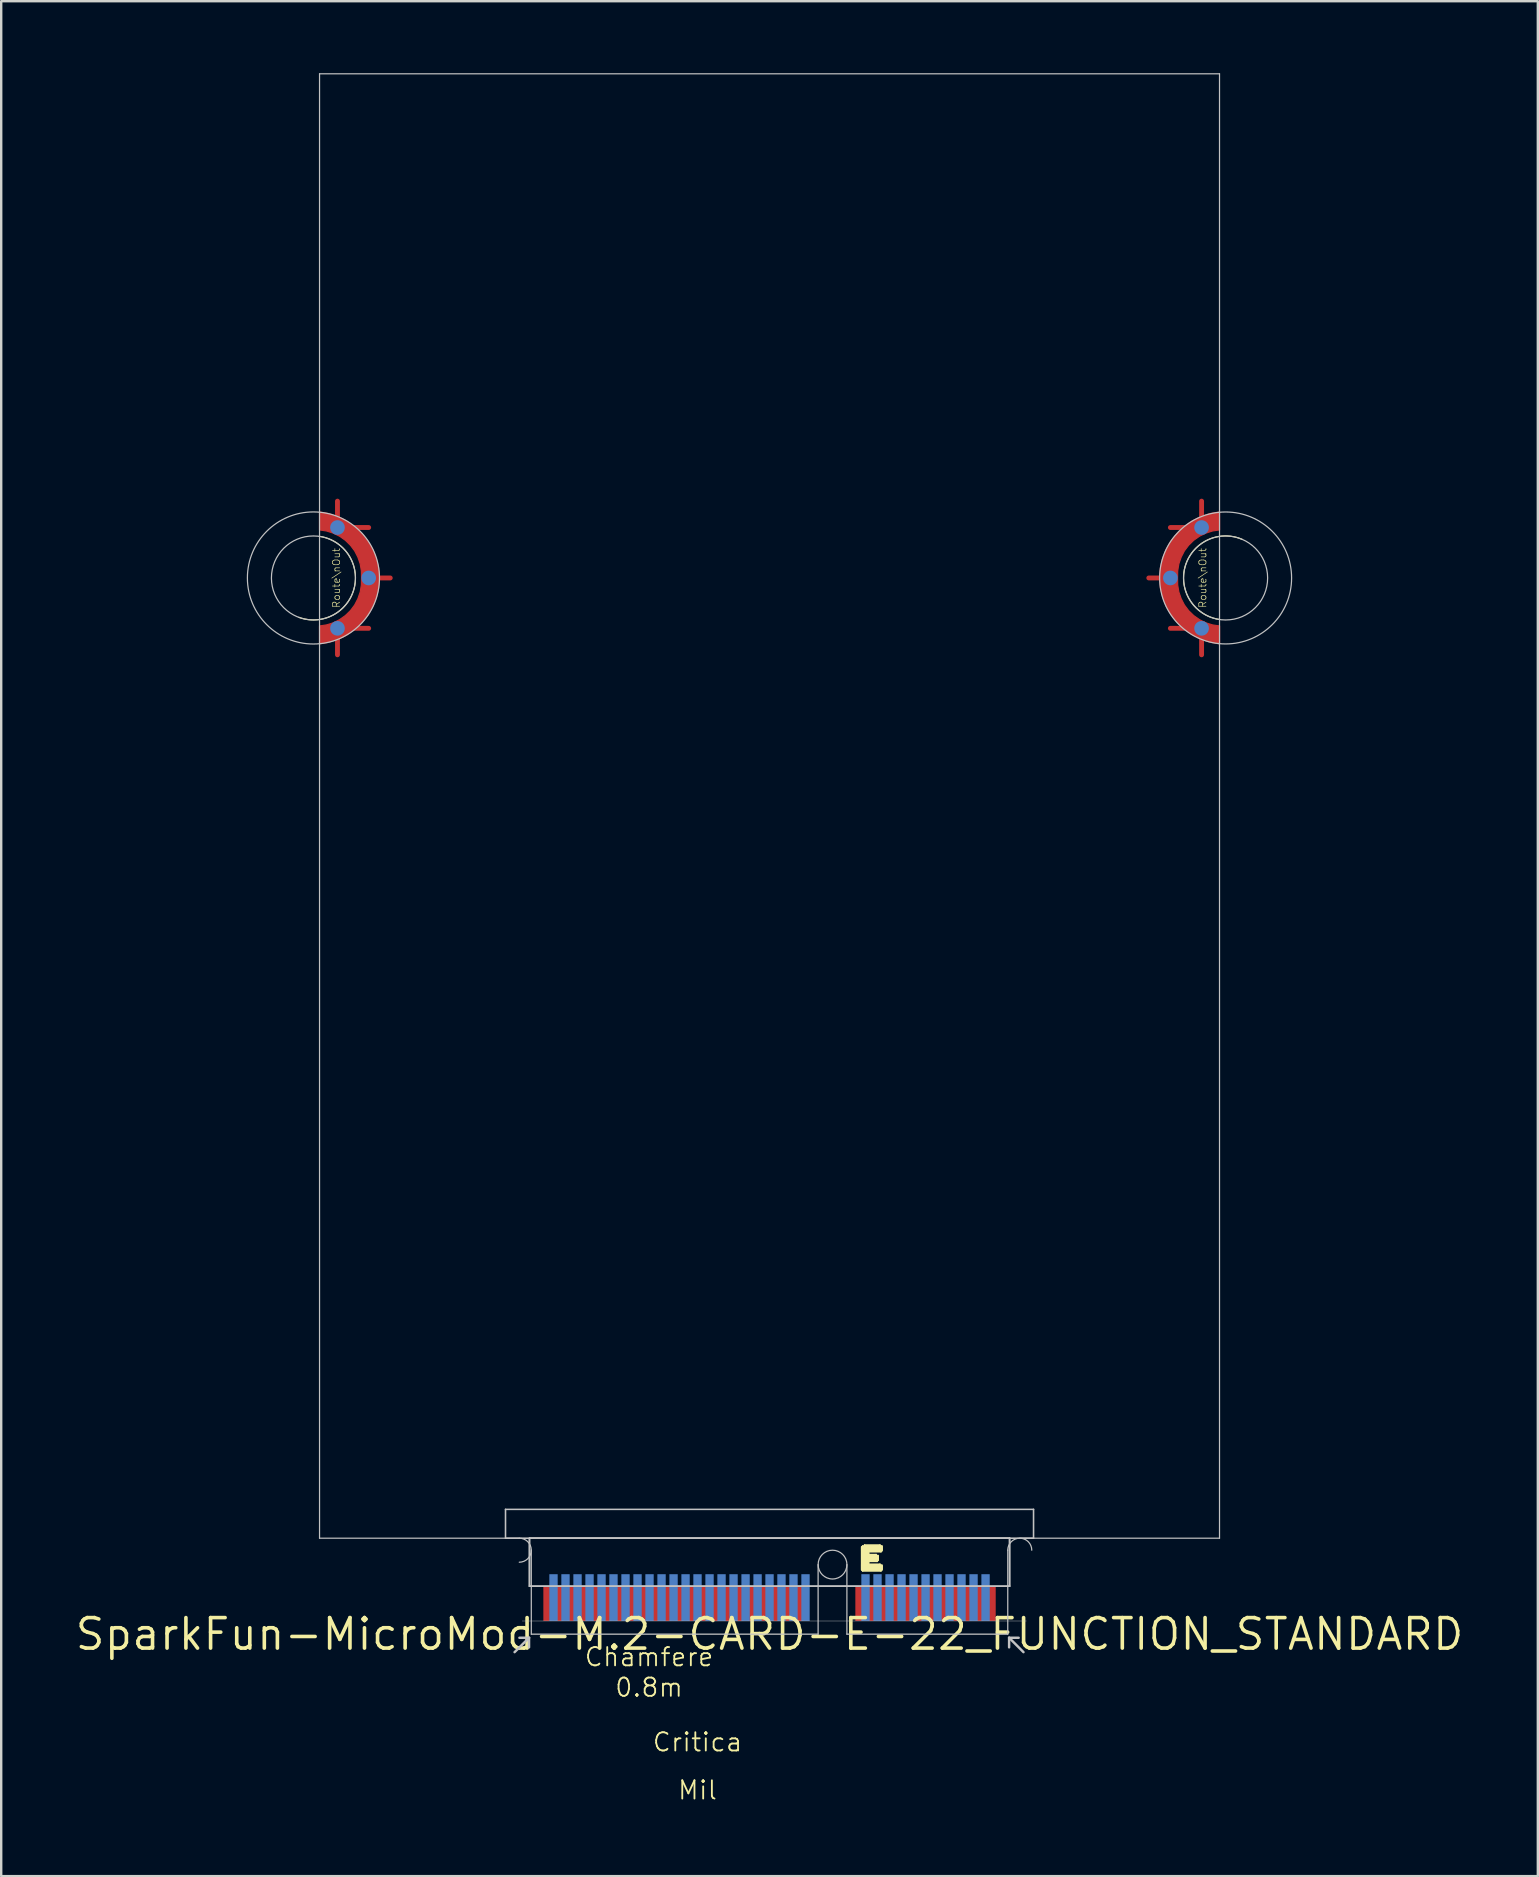
<source format=kicad_pcb>
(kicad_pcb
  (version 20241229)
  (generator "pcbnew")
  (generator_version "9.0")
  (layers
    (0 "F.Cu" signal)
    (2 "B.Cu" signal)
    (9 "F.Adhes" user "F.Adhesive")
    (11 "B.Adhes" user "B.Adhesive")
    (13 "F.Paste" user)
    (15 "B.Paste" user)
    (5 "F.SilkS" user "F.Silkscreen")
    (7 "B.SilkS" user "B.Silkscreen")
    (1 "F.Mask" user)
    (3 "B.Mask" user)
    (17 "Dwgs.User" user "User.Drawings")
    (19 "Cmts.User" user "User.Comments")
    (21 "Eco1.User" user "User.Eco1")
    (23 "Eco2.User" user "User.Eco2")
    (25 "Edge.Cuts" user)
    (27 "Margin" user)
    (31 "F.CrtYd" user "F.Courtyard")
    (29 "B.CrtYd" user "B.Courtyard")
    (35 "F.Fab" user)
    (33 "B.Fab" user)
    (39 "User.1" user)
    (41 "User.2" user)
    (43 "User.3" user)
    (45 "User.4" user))
  (footprint "SparkFun-MicroMod-M.2-CARD-E-22_FUNCTION_STANDARD"
    (layer "F.Cu")
    (at 29.006 65.024)
    (property "Reference" "SparkFun-MicroMod-M.2-CARD-E-22_FUNCTION_STANDARD" (at 0 0 0) (layer "F.SilkS") (effects (font (size 1.27 1.27) (thickness 0.15))))
    (attr smd)
    (fp_line (start -17.998 -46.099) (end -17.998 -47.198) (stroke (width 0.203) (type solid)) (layer "F.Cu"))
    (fp_line (start -17.998 -46.099) (end -16.698 -46.099) (stroke (width 0.203) (type solid)) (layer "F.Cu"))
    (fp_line (start -17.998 -41.9) (end -17.998 -40.797) (stroke (width 0.203) (type solid)) (layer "F.Cu"))
    (fp_line (start -17.998 -41.9) (end -16.698 -41.9) (stroke (width 0.203) (type solid)) (layer "F.Cu"))
    (fp_line (start -16.698 -43.998) (end -15.799 -43.998) (stroke (width 0.203) (type solid)) (layer "F.Cu"))
    (fp_line (start 16.698 -43.998) (end 15.799 -43.998) (stroke (width 0.203) (type solid)) (layer "F.Cu"))
    (fp_line (start 17.998 -46.099) (end 16.698 -46.099) (stroke (width 0.203) (type solid)) (layer "F.Cu"))
    (fp_line (start 17.998 -46.099) (end 17.998 -47.198) (stroke (width 0.203) (type solid)) (layer "F.Cu"))
    (fp_line (start 17.998 -41.9) (end 16.698 -41.9) (stroke (width 0.203) (type solid)) (layer "F.Cu"))
    (fp_line (start 17.998 -41.9) (end 17.998 -40.797) (stroke (width 0.203) (type solid)) (layer "F.Cu"))
    (fp_poly (pts (xy -18.748 -41.25) (xy -18.748 -41.999) (xy -18.458 -42.042) (xy -18.176 -42.128) (xy -17.912 -42.261) (xy -17.671 -42.431) (xy -17.46 -42.636) (xy -17.282 -42.873) (xy -17.148 -43.134) (xy -17.051 -43.414) (xy -17.003 -43.703) (xy -16.998 -43.998) (xy -17.003 -44.292) (xy -17.051 -44.585) (xy -17.148 -44.864) (xy -17.282 -45.126) (xy -17.46 -45.362) (xy -17.671 -45.568) (xy -17.912 -45.738) (xy -18.176 -45.867) (xy -18.458 -45.956) (xy -18.748 -45.999) (xy -18.748 -46.749) (xy -18.349 -46.678) (xy -17.963 -46.548) (xy -17.602 -46.363) (xy -17.27 -46.129) (xy -16.975 -45.849) (xy -16.723 -45.529) (xy -16.523 -45.176) (xy -16.375 -44.798) (xy -16.281 -44.404) (xy -16.248 -43.998) (xy -16.279 -43.594) (xy -16.37 -43.195) (xy -16.518 -42.817) (xy -16.718 -42.464) (xy -16.97 -42.141) (xy -17.264 -41.862) (xy -17.597 -41.628) (xy -17.96 -41.445) (xy -18.346 -41.318) (xy -18.748 -41.25)) (stroke (width 0.048) (type solid)) (fill yes) (layer "F.Cu"))
    (fp_poly (pts (xy 18.748 -46.749) (xy 18.748 -45.999) (xy 18.458 -45.956) (xy 18.176 -45.867) (xy 17.912 -45.738) (xy 17.671 -45.568) (xy 17.46 -45.362) (xy 17.282 -45.126) (xy 17.148 -44.864) (xy 17.051 -44.585) (xy 17.003 -44.292) (xy 16.998 -43.998) (xy 17.003 -43.703) (xy 17.051 -43.414) (xy 17.148 -43.134) (xy 17.282 -42.873) (xy 17.46 -42.636) (xy 17.671 -42.431) (xy 17.912 -42.261) (xy 18.176 -42.128) (xy 18.458 -42.042) (xy 18.748 -41.999) (xy 18.748 -41.25) (xy 18.349 -41.321) (xy 17.963 -41.45) (xy 17.602 -41.633) (xy 17.27 -41.867) (xy 16.975 -42.149) (xy 16.723 -42.466) (xy 16.523 -42.819) (xy 16.375 -43.198) (xy 16.281 -43.594) (xy 16.248 -43.998) (xy 16.279 -44.404) (xy 16.37 -44.8) (xy 16.518 -45.181) (xy 16.718 -45.535) (xy 16.97 -45.855) (xy 17.264 -46.137) (xy 17.597 -46.37) (xy 17.96 -46.553) (xy 18.346 -46.68) (xy 18.748 -46.749)) (stroke (width 0.048) (type solid)) (fill yes) (layer "F.Cu"))
    (fp_poly (pts (xy -18.999 -41.25) (xy -18.999 -42.248) (xy -18.725 -42.271) (xy -18.458 -42.334) (xy -18.204 -42.438) (xy -17.971 -42.583) (xy -17.762 -42.761) (xy -17.582 -42.969) (xy -17.44 -43.205) (xy -17.335 -43.457) (xy -17.27 -43.726) (xy -17.249 -43.998) (xy -17.27 -44.272) (xy -17.335 -44.539) (xy -17.44 -44.793) (xy -17.582 -45.027) (xy -17.762 -45.237) (xy -17.971 -45.415) (xy -18.204 -45.557) (xy -18.458 -45.664) (xy -18.725 -45.728) (xy -18.999 -45.748) (xy -18.999 -46.749) (xy -18.608 -46.721) (xy -18.224 -46.637) (xy -17.856 -46.5) (xy -17.511 -46.312) (xy -17.198 -46.078) (xy -16.922 -45.799) (xy -16.685 -45.486) (xy -16.497 -45.141) (xy -16.36 -44.773) (xy -16.276 -44.389) (xy -16.248 -43.998) (xy -16.276 -43.607) (xy -16.36 -43.223) (xy -16.497 -42.857) (xy -16.685 -42.512) (xy -16.922 -42.197) (xy -17.198 -41.92) (xy -17.511 -41.687) (xy -17.856 -41.496) (xy -18.224 -41.361) (xy -18.608 -41.278) (xy -18.999 -41.25)) (stroke (width 0.048) (type solid)) (fill yes) (layer "F.Mask"))
    (fp_poly (pts (xy 18.999 -46.749) (xy 18.999 -45.748) (xy 18.725 -45.728) (xy 18.458 -45.664) (xy 18.204 -45.557) (xy 17.971 -45.415) (xy 17.762 -45.237) (xy 17.582 -45.027) (xy 17.44 -44.793) (xy 17.335 -44.539) (xy 17.27 -44.272) (xy 17.249 -43.998) (xy 17.27 -43.726) (xy 17.335 -43.457) (xy 17.44 -43.205) (xy 17.582 -42.969) (xy 17.762 -42.761) (xy 17.971 -42.583) (xy 18.204 -42.438) (xy 18.458 -42.334) (xy 18.725 -42.271) (xy 18.999 -42.248) (xy 18.999 -41.25) (xy 18.608 -41.278) (xy 18.224 -41.361) (xy 17.856 -41.496) (xy 17.511 -41.687) (xy 17.198 -41.92) (xy 16.922 -42.197) (xy 16.685 -42.512) (xy 16.497 -42.857) (xy 16.36 -43.223) (xy 16.276 -43.607) (xy 16.248 -43.998) (xy 16.276 -44.389) (xy 16.36 -44.773) (xy 16.497 -45.141) (xy 16.685 -45.486) (xy 16.922 -45.799) (xy 17.198 -46.078) (xy 17.511 -46.312) (xy 17.856 -46.5) (xy 18.224 -46.637) (xy 18.608 -46.721) (xy 18.999 -46.749)) (stroke (width 0.048) (type solid)) (fill yes) (layer "F.Mask"))
    (fp_poly (pts (xy -18.999 -41.25) (xy -18.999 -42.248) (xy -18.725 -42.271) (xy -18.458 -42.334) (xy -18.204 -42.438) (xy -17.971 -42.583) (xy -17.762 -42.761) (xy -17.582 -42.969) (xy -17.44 -43.205) (xy -17.335 -43.457) (xy -17.27 -43.726) (xy -17.249 -43.998) (xy -17.27 -44.272) (xy -17.335 -44.539) (xy -17.44 -44.793) (xy -17.582 -45.027) (xy -17.762 -45.237) (xy -17.971 -45.415) (xy -18.204 -45.557) (xy -18.458 -45.664) (xy -18.725 -45.728) (xy -18.999 -45.748) (xy -18.999 -46.749) (xy -18.608 -46.721) (xy -18.224 -46.637) (xy -17.856 -46.5) (xy -17.511 -46.312) (xy -17.198 -46.078) (xy -16.922 -45.799) (xy -16.685 -45.486) (xy -16.497 -45.141) (xy -16.36 -44.773) (xy -16.276 -44.389) (xy -16.248 -43.998) (xy -16.276 -43.607) (xy -16.36 -43.223) (xy -16.497 -42.857) (xy -16.685 -42.512) (xy -16.922 -42.197) (xy -17.198 -41.92) (xy -17.511 -41.687) (xy -17.856 -41.496) (xy -18.224 -41.361) (xy -18.608 -41.278) (xy -18.999 -41.25)) (stroke (width 0.048) (type solid)) (fill yes) (layer "B.Mask"))
    (fp_poly (pts (xy 18.999 -46.749) (xy 18.999 -45.748) (xy 18.725 -45.728) (xy 18.458 -45.664) (xy 18.204 -45.557) (xy 17.971 -45.415) (xy 17.762 -45.237) (xy 17.582 -45.027) (xy 17.44 -44.793) (xy 17.335 -44.539) (xy 17.27 -44.272) (xy 17.249 -43.998) (xy 17.27 -43.726) (xy 17.335 -43.457) (xy 17.44 -43.205) (xy 17.582 -42.969) (xy 17.762 -42.761) (xy 17.971 -42.583) (xy 18.204 -42.438) (xy 18.458 -42.334) (xy 18.725 -42.271) (xy 18.999 -42.248) (xy 18.999 -41.25) (xy 18.608 -41.278) (xy 18.224 -41.361) (xy 17.856 -41.496) (xy 17.511 -41.687) (xy 17.198 -41.92) (xy 16.922 -42.197) (xy 16.685 -42.512) (xy 16.497 -42.857) (xy 16.36 -43.223) (xy 16.276 -43.607) (xy 16.248 -43.998) (xy 16.276 -44.389) (xy 16.36 -44.773) (xy 16.497 -45.141) (xy 16.685 -45.486) (xy 16.922 -45.799) (xy 17.198 -46.078) (xy 17.511 -46.312) (xy 17.856 -46.5) (xy 18.224 -46.637) (xy 18.608 -46.721) (xy 18.999 -46.749)) (stroke (width 0.048) (type solid)) (fill yes) (layer "B.Mask"))
    (fp_line (start 3.84 -3.635) (end 4.679 -3.635) (stroke (width 0.066) (type solid)) (layer "F.SilkS"))
    (fp_line (start 3.84 -3.594) (end 3.84 -3.635) (stroke (width 0.066) (type solid)) (layer "F.SilkS"))
    (fp_line (start 3.84 -3.594) (end 4.679 -3.594) (stroke (width 0.066) (type solid)) (layer "F.SilkS"))
    (fp_line (start 3.84 -3.594) (end 4.679 -3.594) (stroke (width 0.066) (type solid)) (layer "F.SilkS"))
    (fp_line (start 3.84 -3.553) (end 3.84 -3.594) (stroke (width 0.066) (type solid)) (layer "F.SilkS"))
    (fp_line (start 3.84 -3.553) (end 4.679 -3.553) (stroke (width 0.066) (type solid)) (layer "F.SilkS"))
    (fp_line (start 3.84 -3.553) (end 4.679 -3.553) (stroke (width 0.066) (type solid)) (layer "F.SilkS"))
    (fp_line (start 3.84 -3.513) (end 3.84 -3.553) (stroke (width 0.066) (type solid)) (layer "F.SilkS"))
    (fp_line (start 3.84 -3.513) (end 4.679 -3.513) (stroke (width 0.066) (type solid)) (layer "F.SilkS"))
    (fp_line (start 3.84 -3.513) (end 4.679 -3.513) (stroke (width 0.066) (type solid)) (layer "F.SilkS"))
    (fp_line (start 3.84 -3.475) (end 3.84 -3.513) (stroke (width 0.066) (type solid)) (layer "F.SilkS"))
    (fp_line (start 3.84 -3.475) (end 4.641 -3.475) (stroke (width 0.066) (type solid)) (layer "F.SilkS"))
    (fp_line (start 3.84 -3.475) (end 4.679 -3.475) (stroke (width 0.066) (type solid)) (layer "F.SilkS"))
    (fp_line (start 3.84 -3.434) (end 3.84 -3.475) (stroke (width 0.066) (type solid)) (layer "F.SilkS"))
    (fp_line (start 3.84 -3.434) (end 4.12 -3.434) (stroke (width 0.066) (type solid)) (layer "F.SilkS"))
    (fp_line (start 3.84 -3.434) (end 4.641 -3.434) (stroke (width 0.066) (type solid)) (layer "F.SilkS"))
    (fp_line (start 3.84 -3.393) (end 3.84 -3.434) (stroke (width 0.066) (type solid)) (layer "F.SilkS"))
    (fp_line (start 3.84 -3.393) (end 4.12 -3.393) (stroke (width 0.066) (type solid)) (layer "F.SilkS"))
    (fp_line (start 3.84 -3.393) (end 4.12 -3.393) (stroke (width 0.066) (type solid)) (layer "F.SilkS"))
    (fp_line (start 3.84 -3.353) (end 3.84 -3.393) (stroke (width 0.066) (type solid)) (layer "F.SilkS"))
    (fp_line (start 3.84 -3.353) (end 4.12 -3.353) (stroke (width 0.066) (type solid)) (layer "F.SilkS"))
    (fp_line (start 3.84 -3.353) (end 4.12 -3.353) (stroke (width 0.066) (type solid)) (layer "F.SilkS"))
    (fp_line (start 3.84 -3.315) (end 3.84 -3.353) (stroke (width 0.066) (type solid)) (layer "F.SilkS"))
    (fp_line (start 3.84 -3.315) (end 4.12 -3.315) (stroke (width 0.066) (type solid)) (layer "F.SilkS"))
    (fp_line (start 3.84 -3.315) (end 4.44 -3.315) (stroke (width 0.066) (type solid)) (layer "F.SilkS"))
    (fp_line (start 3.84 -3.274) (end 3.84 -3.315) (stroke (width 0.066) (type solid)) (layer "F.SilkS"))
    (fp_line (start 3.84 -3.274) (end 4.44 -3.274) (stroke (width 0.066) (type solid)) (layer "F.SilkS"))
    (fp_line (start 3.84 -3.274) (end 4.519 -3.274) (stroke (width 0.066) (type solid)) (layer "F.SilkS"))
    (fp_line (start 3.84 -3.233) (end 3.84 -3.274) (stroke (width 0.066) (type solid)) (layer "F.SilkS"))
    (fp_line (start 3.84 -3.233) (end 4.519 -3.233) (stroke (width 0.066) (type solid)) (layer "F.SilkS"))
    (fp_line (start 3.84 -3.233) (end 4.519 -3.233) (stroke (width 0.066) (type solid)) (layer "F.SilkS"))
    (fp_line (start 3.84 -3.193) (end 3.84 -3.233) (stroke (width 0.066) (type solid)) (layer "F.SilkS"))
    (fp_line (start 3.84 -3.193) (end 4.519 -3.193) (stroke (width 0.066) (type solid)) (layer "F.SilkS"))
    (fp_line (start 3.84 -3.193) (end 4.519 -3.193) (stroke (width 0.066) (type solid)) (layer "F.SilkS"))
    (fp_line (start 3.84 -3.155) (end 3.84 -3.193) (stroke (width 0.066) (type solid)) (layer "F.SilkS"))
    (fp_line (start 3.84 -3.155) (end 4.519 -3.155) (stroke (width 0.066) (type solid)) (layer "F.SilkS"))
    (fp_line (start 3.84 -3.155) (end 4.519 -3.155) (stroke (width 0.066) (type solid)) (layer "F.SilkS"))
    (fp_line (start 3.84 -3.114) (end 3.84 -3.155) (stroke (width 0.066) (type solid)) (layer "F.SilkS"))
    (fp_line (start 3.84 -3.114) (end 4.519 -3.114) (stroke (width 0.066) (type solid)) (layer "F.SilkS"))
    (fp_line (start 3.84 -3.114) (end 4.519 -3.114) (stroke (width 0.066) (type solid)) (layer "F.SilkS"))
    (fp_line (start 3.84 -3.073) (end 3.84 -3.114) (stroke (width 0.066) (type solid)) (layer "F.SilkS"))
    (fp_line (start 3.84 -3.073) (end 4.481 -3.073) (stroke (width 0.066) (type solid)) (layer "F.SilkS"))
    (fp_line (start 3.84 -3.073) (end 4.519 -3.073) (stroke (width 0.066) (type solid)) (layer "F.SilkS"))
    (fp_line (start 3.84 -3.033) (end 3.84 -3.073) (stroke (width 0.066) (type solid)) (layer "F.SilkS"))
    (fp_line (start 3.84 -3.033) (end 4.12 -3.033) (stroke (width 0.066) (type solid)) (layer "F.SilkS"))
    (fp_line (start 3.84 -3.033) (end 4.481 -3.033) (stroke (width 0.066) (type solid)) (layer "F.SilkS"))
    (fp_line (start 3.84 -2.995) (end 3.84 -3.033) (stroke (width 0.066) (type solid)) (layer "F.SilkS"))
    (fp_line (start 3.84 -2.995) (end 4.12 -2.995) (stroke (width 0.066) (type solid)) (layer "F.SilkS"))
    (fp_line (start 3.84 -2.995) (end 4.12 -2.995) (stroke (width 0.066) (type solid)) (layer "F.SilkS"))
    (fp_line (start 3.84 -2.954) (end 3.84 -2.995) (stroke (width 0.066) (type solid)) (layer "F.SilkS"))
    (fp_line (start 3.84 -2.954) (end 4.12 -2.954) (stroke (width 0.066) (type solid)) (layer "F.SilkS"))
    (fp_line (start 3.84 -2.954) (end 4.12 -2.954) (stroke (width 0.066) (type solid)) (layer "F.SilkS"))
    (fp_line (start 3.84 -2.913) (end 3.84 -2.954) (stroke (width 0.066) (type solid)) (layer "F.SilkS"))
    (fp_line (start 3.84 -2.913) (end 4.12 -2.913) (stroke (width 0.066) (type solid)) (layer "F.SilkS"))
    (fp_line (start 3.84 -2.913) (end 4.6 -2.913) (stroke (width 0.066) (type solid)) (layer "F.SilkS"))
    (fp_line (start 3.84 -2.873) (end 3.84 -2.913) (stroke (width 0.066) (type solid)) (layer "F.SilkS"))
    (fp_line (start 3.84 -2.873) (end 4.6 -2.873) (stroke (width 0.066) (type solid)) (layer "F.SilkS"))
    (fp_line (start 3.84 -2.873) (end 4.679 -2.873) (stroke (width 0.066) (type solid)) (layer "F.SilkS"))
    (fp_line (start 3.84 -2.835) (end 3.84 -2.873) (stroke (width 0.066) (type solid)) (layer "F.SilkS"))
    (fp_line (start 3.84 -2.835) (end 4.679 -2.835) (stroke (width 0.066) (type solid)) (layer "F.SilkS"))
    (fp_line (start 3.84 -2.835) (end 4.679 -2.835) (stroke (width 0.066) (type solid)) (layer "F.SilkS"))
    (fp_line (start 3.84 -2.794) (end 3.84 -2.835) (stroke (width 0.066) (type solid)) (layer "F.SilkS"))
    (fp_line (start 3.84 -2.794) (end 4.679 -2.794) (stroke (width 0.066) (type solid)) (layer "F.SilkS"))
    (fp_line (start 3.84 -2.794) (end 4.679 -2.794) (stroke (width 0.066) (type solid)) (layer "F.SilkS"))
    (fp_line (start 3.84 -2.753) (end 3.84 -2.794) (stroke (width 0.066) (type solid)) (layer "F.SilkS"))
    (fp_line (start 3.84 -2.753) (end 4.679 -2.753) (stroke (width 0.066) (type solid)) (layer "F.SilkS"))
    (fp_line (start 3.84 -2.753) (end 4.679 -2.753) (stroke (width 0.066) (type solid)) (layer "F.SilkS"))
    (fp_line (start 3.84 -2.713) (end 3.84 -2.753) (stroke (width 0.066) (type solid)) (layer "F.SilkS"))
    (fp_line (start 3.84 -2.713) (end 4.679 -2.713) (stroke (width 0.066) (type solid)) (layer "F.SilkS"))
    (fp_line (start 3.84 -2.713) (end 4.679 -2.713) (stroke (width 0.066) (type solid)) (layer "F.SilkS"))
    (fp_line (start 3.84 -2.675) (end 3.84 -2.713) (stroke (width 0.066) (type solid)) (layer "F.SilkS"))
    (fp_line (start 3.84 -2.675) (end 4.679 -2.675) (stroke (width 0.066) (type solid)) (layer "F.SilkS"))
    (fp_line (start 3.879 -3.673) (end 4.679 -3.673) (stroke (width 0.066) (type solid)) (layer "F.SilkS"))
    (fp_line (start 3.879 -3.635) (end 3.879 -3.673) (stroke (width 0.066) (type solid)) (layer "F.SilkS"))
    (fp_line (start 3.879 -3.635) (end 4.679 -3.635) (stroke (width 0.066) (type solid)) (layer "F.SilkS"))
    (fp_line (start 3.879 -2.675) (end 4.641 -2.675) (stroke (width 0.066) (type solid)) (layer "F.SilkS"))
    (fp_line (start 3.879 -2.634) (end 3.879 -2.675) (stroke (width 0.066) (type solid)) (layer "F.SilkS"))
    (fp_line (start 3.879 -2.634) (end 4.641 -2.634) (stroke (width 0.066) (type solid)) (layer "F.SilkS"))
    (fp_line (start 3.96 -3.713) (end 4.6 -3.713) (stroke (width 0.066) (type solid)) (layer "F.SilkS"))
    (fp_line (start 3.96 -3.673) (end 3.96 -3.713) (stroke (width 0.066) (type solid)) (layer "F.SilkS"))
    (fp_line (start 3.96 -3.673) (end 4.6 -3.673) (stroke (width 0.066) (type solid)) (layer "F.SilkS"))
    (fp_line (start 4.12 -3.393) (end 4.12 -3.434) (stroke (width 0.066) (type solid)) (layer "F.SilkS"))
    (fp_line (start 4.12 -3.353) (end 4.12 -3.393) (stroke (width 0.066) (type solid)) (layer "F.SilkS"))
    (fp_line (start 4.12 -3.315) (end 4.12 -3.353) (stroke (width 0.066) (type solid)) (layer "F.SilkS"))
    (fp_line (start 4.12 -2.995) (end 4.12 -3.033) (stroke (width 0.066) (type solid)) (layer "F.SilkS"))
    (fp_line (start 4.12 -2.954) (end 4.12 -2.995) (stroke (width 0.066) (type solid)) (layer "F.SilkS"))
    (fp_line (start 4.12 -2.913) (end 4.12 -2.954) (stroke (width 0.066) (type solid)) (layer "F.SilkS"))
    (fp_line (start 4.44 -3.274) (end 4.44 -3.315) (stroke (width 0.066) (type solid)) (layer "F.SilkS"))
    (fp_line (start 4.481 -3.033) (end 4.481 -3.073) (stroke (width 0.066) (type solid)) (layer "F.SilkS"))
    (fp_line (start 4.519 -3.233) (end 4.519 -3.274) (stroke (width 0.066) (type solid)) (layer "F.SilkS"))
    (fp_line (start 4.519 -3.193) (end 4.519 -3.233) (stroke (width 0.066) (type solid)) (layer "F.SilkS"))
    (fp_line (start 4.519 -3.155) (end 4.519 -3.193) (stroke (width 0.066) (type solid)) (layer "F.SilkS"))
    (fp_line (start 4.519 -3.114) (end 4.519 -3.155) (stroke (width 0.066) (type solid)) (layer "F.SilkS"))
    (fp_line (start 4.519 -3.073) (end 4.519 -3.114) (stroke (width 0.066) (type solid)) (layer "F.SilkS"))
    (fp_line (start 4.6 -3.673) (end 4.6 -3.713) (stroke (width 0.066) (type solid)) (layer "F.SilkS"))
    (fp_line (start 4.6 -2.873) (end 4.6 -2.913) (stroke (width 0.066) (type solid)) (layer "F.SilkS"))
    (fp_line (start 4.641 -3.434) (end 4.641 -3.475) (stroke (width 0.066) (type solid)) (layer "F.SilkS"))
    (fp_line (start 4.641 -2.634) (end 4.641 -2.675) (stroke (width 0.066) (type solid)) (layer "F.SilkS"))
    (fp_line (start 4.679 -3.635) (end 4.679 -3.673) (stroke (width 0.066) (type solid)) (layer "F.SilkS"))
    (fp_line (start 4.679 -3.594) (end 4.679 -3.635) (stroke (width 0.066) (type solid)) (layer "F.SilkS"))
    (fp_line (start 4.679 -3.553) (end 4.679 -3.594) (stroke (width 0.066) (type solid)) (layer "F.SilkS"))
    (fp_line (start 4.679 -3.513) (end 4.679 -3.553) (stroke (width 0.066) (type solid)) (layer "F.SilkS"))
    (fp_line (start 4.679 -3.475) (end 4.679 -3.513) (stroke (width 0.066) (type solid)) (layer "F.SilkS"))
    (fp_line (start 4.679 -2.835) (end 4.679 -2.873) (stroke (width 0.066) (type solid)) (layer "F.SilkS"))
    (fp_line (start 4.679 -2.794) (end 4.679 -2.835) (stroke (width 0.066) (type solid)) (layer "F.SilkS"))
    (fp_line (start 4.679 -2.753) (end 4.679 -2.794) (stroke (width 0.066) (type solid)) (layer "F.SilkS"))
    (fp_line (start 4.679 -2.713) (end 4.679 -2.753) (stroke (width 0.066) (type solid)) (layer "F.SilkS"))
    (fp_line (start 4.679 -2.675) (end 4.679 -2.713) (stroke (width 0.066) (type solid)) (layer "F.SilkS"))
    (fp_arc (start -18.7452 -45.7327) (mid -17.30294 -43.566717) (end -19.607815 -42.358764) (stroke (width 0.04826) (type solid)) (layer "F.SilkS"))
    (fp_arc (start 18.7477 -42.2681) (mid 17.308782 -44.470802) (end 19.680456 -45.6099) (stroke (width 0.04826) (type solid)) (layer "F.SilkS"))
    (fp_line (start -17.998 -46.099) (end -17.998 -47.198) (stroke (width 0.203) (type solid)) (layer "B.Adhes"))
    (fp_line (start -17.998 -46.099) (end -16.698 -46.099) (stroke (width 0.203) (type solid)) (layer "B.Adhes"))
    (fp_line (start -17.998 -41.9) (end -17.998 -40.797) (stroke (width 0.203) (type solid)) (layer "B.Adhes"))
    (fp_line (start -17.998 -41.9) (end -16.698 -41.9) (stroke (width 0.203) (type solid)) (layer "B.Adhes"))
    (fp_line (start -16.698 -43.998) (end -15.799 -43.998) (stroke (width 0.203) (type solid)) (layer "B.Adhes"))
    (fp_line (start 16.698 -43.998) (end 15.799 -43.998) (stroke (width 0.203) (type solid)) (layer "B.Adhes"))
    (fp_line (start 17.998 -46.099) (end 16.698 -46.099) (stroke (width 0.203) (type solid)) (layer "B.Adhes"))
    (fp_line (start 17.998 -46.099) (end 17.998 -47.198) (stroke (width 0.203) (type solid)) (layer "B.Adhes"))
    (fp_line (start 17.998 -41.9) (end 16.698 -41.9) (stroke (width 0.203) (type solid)) (layer "B.Adhes"))
    (fp_line (start 17.998 -41.9) (end 17.998 -40.797) (stroke (width 0.203) (type solid)) (layer "B.Adhes"))
    (fp_poly (pts (xy -18.748 -46.749) (xy -18.748 -45.999) (xy -18.458 -45.956) (xy -18.176 -45.867) (xy -17.912 -45.738) (xy -17.671 -45.568) (xy -17.46 -45.362) (xy -17.282 -45.126) (xy -17.148 -44.864) (xy -17.051 -44.585) (xy -17.003 -44.292) (xy -16.998 -43.998) (xy -17.003 -43.703) (xy -17.051 -43.414) (xy -17.148 -43.134) (xy -17.282 -42.873) (xy -17.46 -42.636) (xy -17.671 -42.431) (xy -17.912 -42.261) (xy -18.176 -42.128) (xy -18.458 -42.042) (xy -18.748 -41.999) (xy -18.748 -41.25) (xy -18.349 -41.321) (xy -17.963 -41.45) (xy -17.602 -41.633) (xy -17.27 -41.867) (xy -16.975 -42.149) (xy -16.723 -42.466) (xy -16.523 -42.819) (xy -16.375 -43.198) (xy -16.281 -43.594) (xy -16.248 -43.998) (xy -16.279 -44.404) (xy -16.37 -44.8) (xy -16.518 -45.181) (xy -16.718 -45.535) (xy -16.97 -45.855) (xy -17.264 -46.137) (xy -17.597 -46.37) (xy -17.96 -46.553) (xy -18.346 -46.68) (xy -18.748 -46.749)) (stroke (width 0.048) (type solid)) (fill yes) (layer "B.Adhes"))
    (fp_poly (pts (xy 18.748 -41.25) (xy 18.748 -41.999) (xy 18.458 -42.042) (xy 18.176 -42.128) (xy 17.912 -42.261) (xy 17.671 -42.431) (xy 17.46 -42.636) (xy 17.282 -42.873) (xy 17.148 -43.134) (xy 17.051 -43.414) (xy 17.003 -43.703) (xy 16.998 -43.998) (xy 17.003 -44.292) (xy 17.051 -44.585) (xy 17.148 -44.864) (xy 17.282 -45.126) (xy 17.46 -45.362) (xy 17.671 -45.568) (xy 17.912 -45.738) (xy 18.176 -45.867) (xy 18.458 -45.956) (xy 18.748 -45.999) (xy 18.748 -46.749) (xy 18.349 -46.678) (xy 17.963 -46.548) (xy 17.602 -46.363) (xy 17.27 -46.129) (xy 16.975 -45.849) (xy 16.723 -45.529) (xy 16.523 -45.176) (xy 16.375 -44.798) (xy 16.281 -44.404) (xy 16.248 -43.998) (xy 16.279 -43.594) (xy 16.37 -43.195) (xy 16.518 -42.817) (xy 16.718 -42.464) (xy 16.97 -42.141) (xy 17.264 -41.862) (xy 17.597 -41.628) (xy 17.96 -41.445) (xy 18.346 -41.318) (xy 18.748 -41.25)) (stroke (width 0.048) (type solid)) (fill yes) (layer "B.Adhes"))
    (fp_line (start -18.745 -64.999) (end 18.745 -64.999) (stroke (width 0.051) (type solid)) (layer "Dwgs.User"))
    (fp_line (start -18.745 -3.998) (end -18.745 -64.999) (stroke (width 0.051) (type solid)) (layer "Dwgs.User"))
    (fp_line (start -10.998 -5.199) (end 10.998 -5.199) (stroke (width 0.066) (type solid)) (layer "Dwgs.User"))
    (fp_line (start -10.998 -3.998) (end -10.998 -5.199) (stroke (width 0.066) (type solid)) (layer "Dwgs.User"))
    (fp_line (start -10.998 -3.998) (end 10.998 -3.998) (stroke (width 0.066) (type solid)) (layer "Dwgs.User"))
    (fp_line (start -10.62 0.749) (end -10.018 0.15) (stroke (width 0.102) (type solid)) (layer "Dwgs.User"))
    (fp_line (start -10.424 -3.998) (end -18.745 -3.998) (stroke (width 0.051) (type solid)) (layer "Dwgs.User"))
    (fp_line (start -10.3 -0.549) (end 10.698 -0.549) (stroke (width 0.018) (type solid)) (layer "Dwgs.User"))
    (fp_line (start -10.018 0.15) (end -10.419 0.15) (stroke (width 0.102) (type solid)) (layer "Dwgs.User"))
    (fp_line (start -10.018 0.15) (end -10.018 0.549) (stroke (width 0.102) (type solid)) (layer "Dwgs.User"))
    (fp_line (start -10 -3.998) (end 10 -3.998) (stroke (width 0.066) (type solid)) (layer "Dwgs.User"))
    (fp_line (start -10 -3.998) (end 10 -3.998) (stroke (width 0.066) (type solid)) (layer "Dwgs.User"))
    (fp_line (start -10 -1.999) (end -10 -3.998) (stroke (width 0.066) (type solid)) (layer "Dwgs.User"))
    (fp_line (start -10 -1.999) (end -10 -3.998) (stroke (width 0.066) (type solid)) (layer "Dwgs.User"))
    (fp_line (start -10 -1.999) (end 10 -1.999) (stroke (width 0.066) (type solid)) (layer "Dwgs.User"))
    (fp_line (start -10 -1.999) (end 10 -1.999) (stroke (width 0.066) (type solid)) (layer "Dwgs.User"))
    (fp_line (start -9.924 0) (end -9.924 -3.498) (stroke (width 0.051) (type solid)) (layer "Dwgs.User"))
    (fp_line (start 2.024 -2.898) (end 2.024 0) (stroke (width 0.051) (type solid)) (layer "Dwgs.User"))
    (fp_line (start 2.024 0) (end -9.924 0) (stroke (width 0.051) (type solid)) (layer "Dwgs.User"))
    (fp_line (start 3.223 -2.898) (end 3.223 0) (stroke (width 0.051) (type solid)) (layer "Dwgs.User"))
    (fp_line (start 9.924 -3.498) (end 9.924 0) (stroke (width 0.051) (type solid)) (layer "Dwgs.User"))
    (fp_line (start 9.924 0) (end 3.223 0) (stroke (width 0.051) (type solid)) (layer "Dwgs.User"))
    (fp_line (start 9.98 0.15) (end 9.98 0.549) (stroke (width 0.102) (type solid)) (layer "Dwgs.User"))
    (fp_line (start 9.98 0.15) (end 10.378 0.15) (stroke (width 0.102) (type solid)) (layer "Dwgs.User"))
    (fp_line (start 10 -1.999) (end 10 -3.998) (stroke (width 0.066) (type solid)) (layer "Dwgs.User"))
    (fp_line (start 10 -1.999) (end 10 -3.998) (stroke (width 0.066) (type solid)) (layer "Dwgs.User"))
    (fp_line (start 10.424 -3.998) (end 18.745 -3.998) (stroke (width 0.051) (type solid)) (layer "Dwgs.User"))
    (fp_line (start 10.579 0.749) (end 9.98 0.15) (stroke (width 0.102) (type solid)) (layer "Dwgs.User"))
    (fp_line (start 10.998 -3.998) (end 10.998 -5.199) (stroke (width 0.066) (type solid)) (layer "Dwgs.User"))
    (fp_line (start 18.745 -3.998) (end 18.745 -64.999) (stroke (width 0.051) (type solid)) (layer "Dwgs.User"))
    (fp_arc (start -18.9992 -46.7487) (mid -18.9992 -41.2471) (end -18.9992 -46.7487) (stroke (width 0.0508) (type solid)) (layer "Dwgs.User"))
    (fp_arc (start -18.9992 -45.7479) (mid -18.9992 -42.2479) (end -18.9992 -45.7479) (stroke (width 0.0508) (type solid)) (layer "Dwgs.User"))
    (fp_arc (start -10.4242 -3.99796) (mid -9.92382 -3.49758) (end -10.4242 -2.9972) (stroke (width 0.0508) (type solid)) (layer "Dwgs.User"))
    (fp_arc (start 2.02438 -2.89814) (mid 3.22326 -2.89814) (end 2.02438 -2.89814) (stroke (width 0.0508) (type solid)) (layer "Dwgs.User"))
    (fp_arc (start 9.92378 -3.49758) (mid 10.4242 -3.998) (end 10.92462 -3.49758) (stroke (width 0.0508) (type solid)) (layer "Dwgs.User"))
    (fp_arc (start 18.9992 -42.2478) (mid 18.9992 -45.748) (end 18.9992 -42.2478) (stroke (width 0.0508) (type solid)) (layer "Dwgs.User"))
    (fp_arc (start 18.9992 -41.2496) (mid 18.9992 -46.7462) (end 18.9992 -41.2496) (stroke (width 0.0508) (type solid)) (layer "Dwgs.User"))
    (fp_text user "0.8m" (at -5.019 2.22 180) (layer "F.SilkS") (effects (font (size 0.762 0.762) (thickness 0.076))))
    (fp_text user "Route\\nOut" (at -18.044 -43.998 90) (layer "F.SilkS") (effects (font (size 0.3 0.3) (thickness 0.025))))
    (fp_text user "Chamfere" (at -5.019 0.95 180) (layer "F.SilkS") (effects (font (size 0.762 0.762) (thickness 0.076))))
    (fp_text user "Route\\nOut" (at 18.044 -43.998 270) (layer "F.SilkS") (effects (font (size 0.3 0.3) (thickness 0.025))))
    (fp_text user "Mil" (at -3 6.5 180) (layer "F.SilkS") (effects (font (size 0.762 0.762) (thickness 0.076))))
    (fp_text user "Critica" (at -3 4.498 180) (layer "F.SilkS") (effects (font (size 0.762 0.762) (thickness 0.076))))
    (pad "1" smd rect (at 9.248 -1.273 180) (size 0.348 1.448) (layers "F.Cu" "F.Mask" "F.Paste"))
    (pad "2" smd rect (at 8.999 -1.524) (size 0.348 1.948) (layers "B.Cu" "B.Mask"))
    (pad "3" smd rect (at 8.748 -1.273 180) (size 0.348 1.448) (layers "F.Cu" "F.Mask" "F.Paste"))
    (pad "4" smd rect (at 8.499 -1.524) (size 0.348 1.948) (layers "B.Cu" "B.Mask"))
    (pad "5" smd rect (at 8.25 -1.273 180) (size 0.348 1.448) (layers "F.Cu" "F.Mask" "F.Paste"))
    (pad "6" smd rect (at 7.998 -1.524) (size 0.348 1.948) (layers "B.Cu" "B.Mask"))
    (pad "7" smd rect (at 7.75 -1.273 180) (size 0.348 1.448) (layers "F.Cu" "F.Mask" "F.Paste"))
    (pad "8" smd rect (at 7.498 -1.524) (size 0.348 1.948) (layers "B.Cu" "B.Mask"))
    (pad "9" smd rect (at 7.249 -1.273 180) (size 0.348 1.448) (layers "F.Cu" "F.Mask" "F.Paste"))
    (pad "10" smd rect (at 6.998 -1.524) (size 0.348 1.948) (layers "B.Cu" "B.Mask"))
    (pad "11" smd rect (at 6.749 -1.273 180) (size 0.348 1.448) (layers "F.Cu" "F.Mask" "F.Paste"))
    (pad "12" smd rect (at 6.5 -1.524) (size 0.348 1.948) (layers "B.Cu" "B.Mask"))
    (pad "13" smd rect (at 6.248 -1.273 180) (size 0.348 1.448) (layers "F.Cu" "F.Mask" "F.Paste"))
    (pad "14" smd rect (at 5.999 -1.524) (size 0.348 1.948) (layers "B.Cu" "B.Mask"))
    (pad "15" smd rect (at 5.748 -1.273 180) (size 0.348 1.448) (layers "F.Cu" "F.Mask" "F.Paste"))
    (pad "16" smd rect (at 5.499 -1.524) (size 0.348 1.948) (layers "B.Cu" "B.Mask"))
    (pad "17" smd rect (at 5.248 -1.273 180) (size 0.348 1.448) (layers "F.Cu" "F.Mask" "F.Paste"))
    (pad "18" smd rect (at 4.999 -1.524) (size 0.348 1.948) (layers "B.Cu" "B.Mask"))
    (pad "19" smd rect (at 4.75 -1.273 180) (size 0.348 1.448) (layers "F.Cu" "F.Mask" "F.Paste"))
    (pad "20" smd rect (at 4.498 -1.524) (size 0.348 1.948) (layers "B.Cu" "B.Mask"))
    (pad "21" smd rect (at 4.249 -1.273 180) (size 0.348 1.448) (layers "F.Cu" "F.Mask" "F.Paste"))
    (pad "22" smd rect (at 3.998 -1.524) (size 0.348 1.948) (layers "B.Cu" "B.Mask"))
    (pad "23" smd rect (at 3.749 -1.273 180) (size 0.348 1.448) (layers "F.Cu" "F.Mask" "F.Paste"))
    (pad "32" smd rect (at 1.499 -1.524) (size 0.348 1.948) (layers "B.Cu" "B.Mask"))
    (pad "33" smd rect (at 1.25 -1.273 180) (size 0.348 1.448) (layers "F.Cu" "F.Mask" "F.Paste"))
    (pad "34" smd rect (at 0.998 -1.524) (size 0.348 1.948) (layers "B.Cu" "B.Mask"))
    (pad "35" smd rect (at 0.749 -1.273 180) (size 0.348 1.448) (layers "F.Cu" "F.Mask" "F.Paste"))
    (pad "36" smd rect (at 0.498 -1.524) (size 0.348 1.948) (layers "B.Cu" "B.Mask"))
    (pad "37" smd rect (at 0.249 -1.273 180) (size 0.348 1.448) (layers "F.Cu" "F.Mask" "F.Paste"))
    (pad "38" smd rect (at 0 -1.524) (size 0.348 1.948) (layers "B.Cu" "B.Mask"))
    (pad "39" smd rect (at -0.249 -1.273 180) (size 0.348 1.448) (layers "F.Cu" "F.Mask" "F.Paste"))
    (pad "40" smd rect (at -0.498 -1.524) (size 0.348 1.948) (layers "B.Cu" "B.Mask"))
    (pad "41" smd rect (at -0.749 -1.273 180) (size 0.348 1.448) (layers "F.Cu" "F.Mask" "F.Paste"))
    (pad "42" smd rect (at -0.998 -1.524) (size 0.348 1.948) (layers "B.Cu" "B.Mask"))
    (pad "43" smd rect (at -1.25 -1.273 180) (size 0.348 1.448) (layers "F.Cu" "F.Mask" "F.Paste"))
    (pad "44" smd rect (at -1.499 -1.524) (size 0.348 1.948) (layers "B.Cu" "B.Mask"))
    (pad "45" smd rect (at -1.748 -1.273 180) (size 0.348 1.448) (layers "F.Cu" "F.Mask" "F.Paste"))
    (pad "46" smd rect (at -1.999 -1.524) (size 0.348 1.948) (layers "B.Cu" "B.Mask"))
    (pad "47" smd rect (at -2.248 -1.273 180) (size 0.348 1.448) (layers "F.Cu" "F.Mask" "F.Paste"))
    (pad "48" smd rect (at -2.499 -1.524) (size 0.348 1.948) (layers "B.Cu" "B.Mask"))
    (pad "49" smd rect (at -2.748 -1.273 180) (size 0.348 1.448) (layers "F.Cu" "F.Mask" "F.Paste"))
    (pad "50" smd rect (at -3 -1.524) (size 0.348 1.948) (layers "B.Cu" "B.Mask"))
    (pad "51" smd rect (at -3.249 -1.273 180) (size 0.348 1.448) (layers "F.Cu" "F.Mask" "F.Paste"))
    (pad "52" smd rect (at -3.498 -1.524) (size 0.348 1.948) (layers "B.Cu" "B.Mask"))
    (pad "53" smd rect (at -3.749 -1.273 180) (size 0.348 1.448) (layers "F.Cu" "F.Mask" "F.Paste"))
    (pad "54" smd rect (at -3.998 -1.524) (size 0.348 1.948) (layers "B.Cu" "B.Mask"))
    (pad "55" smd rect (at -4.249 -1.273 180) (size 0.348 1.448) (layers "F.Cu" "F.Mask" "F.Paste"))
    (pad "56" smd rect (at -4.498 -1.524) (size 0.348 1.948) (layers "B.Cu" "B.Mask"))
    (pad "57" smd rect (at -4.75 -1.273 180) (size 0.348 1.448) (layers "F.Cu" "F.Mask" "F.Paste"))
    (pad "58" smd rect (at -4.999 -1.524) (size 0.348 1.948) (layers "B.Cu" "B.Mask"))
    (pad "59" smd rect (at -5.248 -1.273 180) (size 0.348 1.448) (layers "F.Cu" "F.Mask" "F.Paste"))
    (pad "60" smd rect (at -5.499 -1.524) (size 0.348 1.948) (layers "B.Cu" "B.Mask"))
    (pad "61" smd rect (at -5.748 -1.273 180) (size 0.348 1.448) (layers "F.Cu" "F.Mask" "F.Paste"))
    (pad "62" smd rect (at -5.999 -1.524) (size 0.348 1.948) (layers "B.Cu" "B.Mask"))
    (pad "63" smd rect (at -6.248 -1.273 180) (size 0.348 1.448) (layers "F.Cu" "F.Mask" "F.Paste"))
    (pad "64" smd rect (at -6.5 -1.524) (size 0.348 1.948) (layers "B.Cu" "B.Mask"))
    (pad "65" smd rect (at -6.749 -1.273 180) (size 0.348 1.448) (layers "F.Cu" "F.Mask" "F.Paste"))
    (pad "66" smd rect (at -6.998 -1.524) (size 0.348 1.948) (layers "B.Cu" "B.Mask"))
    (pad "67" smd rect (at -7.249 -1.273 180) (size 0.348 1.448) (layers "F.Cu" "F.Mask" "F.Paste"))
    (pad "68" smd rect (at -7.498 -1.524) (size 0.348 1.948) (layers "B.Cu" "B.Mask"))
    (pad "69" smd rect (at -7.75 -1.273 180) (size 0.348 1.448) (layers "F.Cu" "F.Mask" "F.Paste"))
    (pad "70" smd rect (at -7.998 -1.524) (size 0.348 1.948) (layers "B.Cu" "B.Mask"))
    (pad "71" smd rect (at -8.25 -1.273 180) (size 0.348 1.448) (layers "F.Cu" "F.Mask" "F.Paste"))
    (pad "72" smd rect (at -8.499 -1.524) (size 0.348 1.948) (layers "B.Cu" "B.Mask"))
    (pad "73" smd rect (at -8.748 -1.273 180) (size 0.348 1.448) (layers "F.Cu" "F.Mask" "F.Paste"))
    (pad "74" smd rect (at -8.999 -1.524) (size 0.348 1.948) (layers "B.Cu" "B.Mask"))
    (pad "75" smd rect (at -9.248 -1.273 180) (size 0.348 1.448) (layers "F.Cu" "F.Mask" "F.Paste"))
    (pad "GND1" thru_hole circle (at -17.998 -41.9) (size 0.61 0.61) (drill 0.000001) (layers "*.Cu" "*.Paste" "*.Mask"))
    (pad "GND2" thru_hole circle (at -16.698 -43.998) (size 0.61 0.61) (drill 0.000001) (layers "*.Cu" "*.Paste" "*.Mask"))
    (pad "GND3" thru_hole circle (at -17.998 -46.099) (size 0.61 0.61) (drill 0.000001) (layers "*.Cu" "*.Paste" "*.Mask"))
    (pad "GND4" thru_hole circle (at 17.998 -41.9) (size 0.61 0.61) (drill 0.000001) (layers "*.Cu" "*.Paste" "*.Mask"))
    (pad "GND5" thru_hole circle (at 16.698 -43.998) (size 0.61 0.61) (drill 0.000001) (layers "*.Cu" "*.Paste" "*.Mask"))
    (pad "GND6" thru_hole circle (at 17.998 -46.099) (size 0.61 0.61) (drill 0.000001) (layers "*.Cu" "*.Paste" "*.Mask")))
  (gr_rect
    (start -3 -3)
    (end 61.011 75.103)
    (stroke (width 0.1) (type default))
    (fill no)
    (layer "Edge.Cuts")))
</source>
